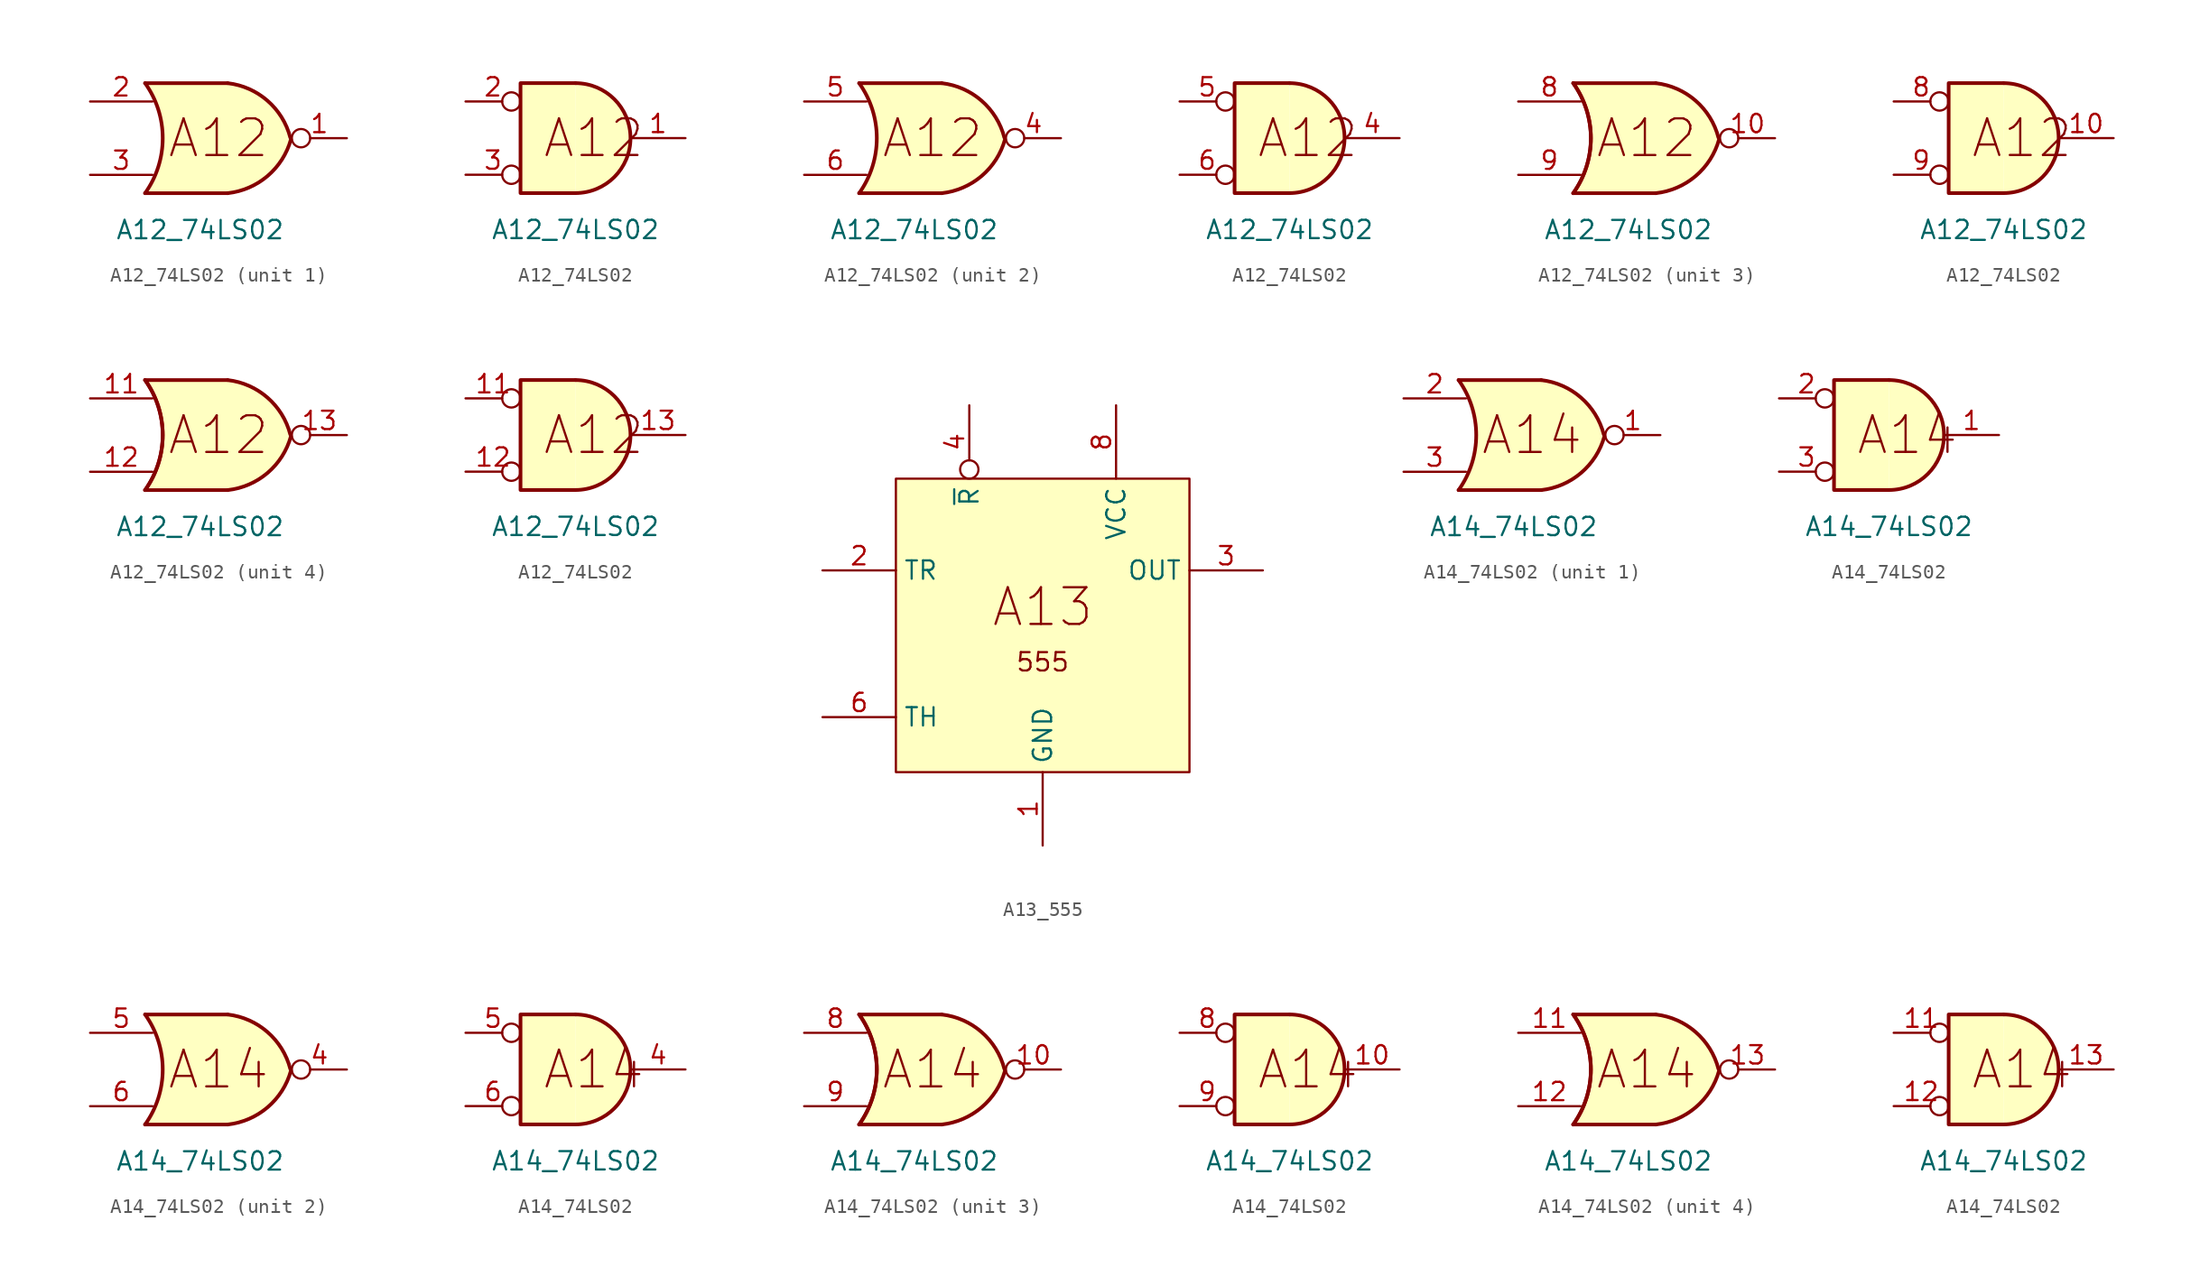
<source format=kicad_sym>
(kicad_symbol_lib
  (version 20211014)
  (generator kicad_symbol_editor)
  (symbol "A12_74LS02"
    (pin_names
      (offset 1.016))
    (property "Reference" "U"
      (at -25.4 19.05 0)
      (effects (font (size 1.27 1.27)) hide))
    (property "Value" "A12_74LS02"
      (at 0 -6.35 0)
      (effects (font (size 1.27 1.27))))
    (symbol "A12_74LS02_0_0"
      (text "A12" (at 1.27 0 0) (effects (font (size 2.54 2.54)))))
    (symbol "A12_74LS02_0_1"
      (arc (start -3.81 -3.81) (mid -2.589 0) (end -3.81 3.81) (stroke (width 0.254) (type default) (color 0 0 0 0)) (fill (type none)))
      (polyline (pts (xy -3.81 -3.81) (xy 1.905 -3.81)) (stroke (width 0.254) (type default) (color 0 0 0 0)) (fill (type background)))
      (polyline (pts (xy -3.81 3.81) (xy 1.905 3.81)) (stroke (width 0.254) (type default) (color 0 0 0 0)) (fill (type background)))
      (polyline (pts (xy 1.905 3.81) (xy -3.81 3.81) (xy -3.81 3.81) (xy -3.556 3.404) (xy -3.023 2.261) (xy -2.692 1.041) (xy -2.616 -0.254) (xy -2.769 -1.499) (xy -3.175 -2.718) (xy -3.81 -3.81) (xy -3.81 -3.81) (xy 1.905 -3.81)) (stroke (width -25.4) (type default) (color 0 0 0 0)) (fill (type background)))
      (arc (start 1.905 -3.81) (mid 4.6687 -2.6188) (end 6.2872 -0.0816) (stroke (width 0.254) (type default) (color 0 0 0 0)) (fill (type background)))
      (arc (start 6.2453 0.0329) (mid 4.6624 2.5963) (end 1.905 3.81) (stroke (width 0.254) (type default) (color 0 0 0 0)) (fill (type background))))
    (symbol "A12_74LS02_1_1"
      (pin output inverted (at 10.16 0 180) (length 3.81) (name "~" (effects (font (size 1.27 1.27)))) (number "1" (effects (font (size 1.27 1.27)))))
      (pin input line (at -7.62 2.54 0) (length 4.318) (name "~" (effects (font (size 1.27 1.27)))) (number "2" (effects (font (size 1.27 1.27)))))
      (pin input line (at -7.62 -2.54 0) (length 4.318) (name "~" (effects (font (size 1.27 1.27)))) (number "3" (effects (font (size 1.27 1.27))))))
    (symbol "A12_74LS02_1_2"
      (arc (start 0 -3.81) (mid 3.81 0) (end 0 3.81) (stroke (width 0.254) (type default) (color 0 0 0 0)) (fill (type background)))
      (polyline (pts (xy 0 3.81) (xy -3.81 3.81) (xy -3.81 -3.81) (xy 0 -3.81)) (stroke (width 0.254) (type default) (color 0 0 0 0)) (fill (type background)))
      (pin output line (at 7.62 0 180) (length 3.81) (name "~" (effects (font (size 1.27 1.27)))) (number "1" (effects (font (size 1.27 1.27)))))
      (pin input inverted (at -7.62 2.54 0) (length 3.81) (name "~" (effects (font (size 1.27 1.27)))) (number "2" (effects (font (size 1.27 1.27)))))
      (pin input inverted (at -7.62 -2.54 0) (length 3.81) (name "~" (effects (font (size 1.27 1.27)))) (number "3" (effects (font (size 1.27 1.27))))))
    (symbol "A12_74LS02_2_1"
      (pin output inverted (at 10.16 0 180) (length 3.81) (name "~" (effects (font (size 1.27 1.27)))) (number "4" (effects (font (size 1.27 1.27)))))
      (pin input line (at -7.62 2.54 0) (length 4.318) (name "~" (effects (font (size 1.27 1.27)))) (number "5" (effects (font (size 1.27 1.27)))))
      (pin input line (at -7.62 -2.54 0) (length 4.318) (name "~" (effects (font (size 1.27 1.27)))) (number "6" (effects (font (size 1.27 1.27))))))
    (symbol "A12_74LS02_2_2"
      (arc (start 0 -3.81) (mid 3.81 0) (end 0 3.81) (stroke (width 0.254) (type default) (color 0 0 0 0)) (fill (type background)))
      (polyline (pts (xy 0 3.81) (xy -3.81 3.81) (xy -3.81 -3.81) (xy 0 -3.81)) (stroke (width 0.254) (type default) (color 0 0 0 0)) (fill (type background)))
      (pin output line (at 7.62 0 180) (length 3.81) (name "~" (effects (font (size 1.27 1.27)))) (number "4" (effects (font (size 1.27 1.27)))))
      (pin input inverted (at -7.62 2.54 0) (length 3.81) (name "~" (effects (font (size 1.27 1.27)))) (number "5" (effects (font (size 1.27 1.27)))))
      (pin input inverted (at -7.62 -2.54 0) (length 3.81) (name "~" (effects (font (size 1.27 1.27)))) (number "6" (effects (font (size 1.27 1.27))))))
    (symbol "A12_74LS02_3_1"
      (arc (start -3.81 -3.81) (mid -2.589 0) (end -3.81 3.81) (stroke (width 0.254) (type default) (color 0 0 0 0)) (fill (type none)))
      (pin output inverted (at 10.16 0 180) (length 3.81) (name "~" (effects (font (size 1.27 1.27)))) (number "10" (effects (font (size 1.27 1.27)))))
      (pin input line (at -7.62 2.54 0) (length 4.318) (name "~" (effects (font (size 1.27 1.27)))) (number "8" (effects (font (size 1.27 1.27)))))
      (pin input line (at -7.62 -2.54 0) (length 4.318) (name "~" (effects (font (size 1.27 1.27)))) (number "9" (effects (font (size 1.27 1.27))))))
    (symbol "A12_74LS02_3_2"
      (arc (start 0 -3.81) (mid 3.81 0) (end 0 3.81) (stroke (width 0.254) (type default) (color 0 0 0 0)) (fill (type background)))
      (polyline (pts (xy 0 3.81) (xy -3.81 3.81) (xy -3.81 -3.81) (xy 0 -3.81)) (stroke (width 0.254) (type default) (color 0 0 0 0)) (fill (type background)))
      (pin output line (at 7.62 0 180) (length 3.81) (name "~" (effects (font (size 1.27 1.27)))) (number "10" (effects (font (size 1.27 1.27)))))
      (pin input inverted (at -7.62 2.54 0) (length 3.81) (name "~" (effects (font (size 1.27 1.27)))) (number "8" (effects (font (size 1.27 1.27)))))
      (pin input inverted (at -7.62 -2.54 0) (length 3.81) (name "~" (effects (font (size 1.27 1.27)))) (number "9" (effects (font (size 1.27 1.27))))))
    (symbol "A12_74LS02_4_1"
      (arc (start -3.81 -3.81) (mid -2.589 0) (end -3.81 3.81) (stroke (width 0.254) (type default) (color 0 0 0 0)) (fill (type none)))
      (polyline (pts (xy -0.635 3.81) (xy -3.81 3.81) (xy -3.81 3.81) (xy -3.556 3.404) (xy -3.023 2.261) (xy -2.692 1.041) (xy -2.616 -0.254) (xy -2.769 -1.499) (xy -3.175 -2.718) (xy -3.81 -3.81) (xy -3.81 -3.81) (xy -0.635 -3.81)) (stroke (width -25.4) (type default) (color 0 0 0 0)) (fill (type background)))
      (pin input line (at -7.62 2.54 0) (length 4.318) (name "~" (effects (font (size 1.27 1.27)))) (number "11" (effects (font (size 1.27 1.27)))))
      (pin input line (at -7.62 -2.54 0) (length 4.318) (name "~" (effects (font (size 1.27 1.27)))) (number "12" (effects (font (size 1.27 1.27)))))
      (pin output inverted (at 10.16 0 180) (length 3.81) (name "~" (effects (font (size 1.27 1.27)))) (number "13" (effects (font (size 1.27 1.27))))))
    (symbol "A12_74LS02_4_2"
      (arc (start 0 -3.81) (mid 3.81 0) (end 0 3.81) (stroke (width 0.254) (type default) (color 0 0 0 0)) (fill (type background)))
      (polyline (pts (xy 0 3.81) (xy -3.81 3.81) (xy -3.81 -3.81) (xy 0 -3.81)) (stroke (width 0.254) (type default) (color 0 0 0 0)) (fill (type background)))
      (pin input inverted (at -7.62 2.54 0) (length 3.81) (name "~" (effects (font (size 1.27 1.27)))) (number "11" (effects (font (size 1.27 1.27)))))
      (pin input inverted (at -7.62 -2.54 0) (length 3.81) (name "~" (effects (font (size 1.27 1.27)))) (number "12" (effects (font (size 1.27 1.27)))))
      (pin output line (at 7.62 0 180) (length 3.81) (name "~" (effects (font (size 1.27 1.27)))) (number "13" (effects (font (size 1.27 1.27)))))))
  (symbol "A13_555"
    (property "Reference" "U"
      (at -31.75 24.13 0)
      (effects (font (size 1.27 1.27)) (justify left) hide))
    (symbol "A13_555_0_0"
      (text "555" (at 10.16 -12.7 0) (effects (font (size 1.27 1.27))))
      (text "A13" (at 10.16 -8.89 0) (effects (font (size 2.54 2.54))))
      (pin power_in line (at 10.16 -25.4 90) (length 5.08) (name "GND" (effects (font (size 1.27 1.27)))) (number "1" (effects (font (size 1.27 1.27)))))
      (pin power_in line (at 15.24 5.08 270) (length 5.08) (name "VCC" (effects (font (size 1.27 1.27)))) (number "8" (effects (font (size 1.27 1.27))))))
    (symbol "A13_555_0_1"
      (rectangle (start 0 0) (end 20.32 -20.32) (stroke (width 0) (type default) (color 0 0 0 0)) (fill (type background))))
    (symbol "A13_555_1_1"
      (pin input line (at -5.08 -6.35 0) (length 5.08) (name "TR" (effects (font (size 1.27 1.27)))) (number "2" (effects (font (size 1.27 1.27)))))
      (pin output line (at 25.4 -6.35 180) (length 5.08) (name "OUT" (effects (font (size 1.27 1.27)))) (number "3" (effects (font (size 1.27 1.27)))))
      (pin input inverted (at 5.08 5.08 270) (length 5.08) (name "~{R}" (effects (font (size 1.27 1.27)))) (number "4" (effects (font (size 1.27 1.27)))))
      (pin input line (at -5.08 -16.51 0) (length 5.08) (name "TH" (effects (font (size 1.27 1.27)))) (number "6" (effects (font (size 1.27 1.27)))))))
  (symbol "A14_74LS02"
    (pin_names
      (offset 1.016))
    (property "Reference" "U"
      (at -25.4 19.05 0)
      (effects (font (size 1.27 1.27)) hide))
    (property "Value" "A14_74LS02"
      (at 0 -6.35 0)
      (effects (font (size 1.27 1.27))))
    (symbol "A14_74LS02_0_0"
      (text "A14" (at 1.27 0 0) (effects (font (size 2.54 2.54)))))
    (symbol "A14_74LS02_0_1"
      (arc (start -3.81 -3.81) (mid -2.589 0) (end -3.81 3.81) (stroke (width 0.254) (type default) (color 0 0 0 0)) (fill (type none)))
      (polyline (pts (xy -3.81 -3.81) (xy 1.905 -3.81)) (stroke (width 0.254) (type default) (color 0 0 0 0)) (fill (type background)))
      (polyline (pts (xy -3.81 3.81) (xy 1.905 3.81)) (stroke (width 0.254) (type default) (color 0 0 0 0)) (fill (type background)))
      (polyline (pts (xy 1.905 3.81) (xy -3.81 3.81) (xy -3.81 3.81) (xy -3.556 3.404) (xy -3.023 2.261) (xy -2.692 1.041) (xy -2.616 -0.254) (xy -2.769 -1.499) (xy -3.175 -2.718) (xy -3.81 -3.81) (xy -3.81 -3.81) (xy 1.905 -3.81)) (stroke (width -25.4) (type default) (color 0 0 0 0)) (fill (type background)))
      (arc (start 1.905 -3.81) (mid 4.6687 -2.6188) (end 6.2872 -0.0816) (stroke (width 0.254) (type default) (color 0 0 0 0)) (fill (type background)))
      (arc (start 6.2453 0.0329) (mid 4.6624 2.5963) (end 1.905 3.81) (stroke (width 0.254) (type default) (color 0 0 0 0)) (fill (type background))))
    (symbol "A14_74LS02_1_1"
      (pin output inverted (at 10.16 0 180) (length 3.81) (name "~" (effects (font (size 1.27 1.27)))) (number "1" (effects (font (size 1.27 1.27)))))
      (pin input line (at -7.62 2.54 0) (length 4.318) (name "~" (effects (font (size 1.27 1.27)))) (number "2" (effects (font (size 1.27 1.27)))))
      (pin input line (at -7.62 -2.54 0) (length 4.318) (name "~" (effects (font (size 1.27 1.27)))) (number "3" (effects (font (size 1.27 1.27))))))
    (symbol "A14_74LS02_1_2"
      (arc (start 0 -3.81) (mid 3.81 0) (end 0 3.81) (stroke (width 0.254) (type default) (color 0 0 0 0)) (fill (type background)))
      (polyline (pts (xy 0 3.81) (xy -3.81 3.81) (xy -3.81 -3.81) (xy 0 -3.81)) (stroke (width 0.254) (type default) (color 0 0 0 0)) (fill (type background)))
      (pin output line (at 7.62 0 180) (length 3.81) (name "~" (effects (font (size 1.27 1.27)))) (number "1" (effects (font (size 1.27 1.27)))))
      (pin input inverted (at -7.62 2.54 0) (length 3.81) (name "~" (effects (font (size 1.27 1.27)))) (number "2" (effects (font (size 1.27 1.27)))))
      (pin input inverted (at -7.62 -2.54 0) (length 3.81) (name "~" (effects (font (size 1.27 1.27)))) (number "3" (effects (font (size 1.27 1.27))))))
    (symbol "A14_74LS02_2_1"
      (pin output inverted (at 10.16 0 180) (length 3.81) (name "~" (effects (font (size 1.27 1.27)))) (number "4" (effects (font (size 1.27 1.27)))))
      (pin input line (at -7.62 2.54 0) (length 4.318) (name "~" (effects (font (size 1.27 1.27)))) (number "5" (effects (font (size 1.27 1.27)))))
      (pin input line (at -7.62 -2.54 0) (length 4.318) (name "~" (effects (font (size 1.27 1.27)))) (number "6" (effects (font (size 1.27 1.27))))))
    (symbol "A14_74LS02_2_2"
      (arc (start 0 -3.81) (mid 3.81 0) (end 0 3.81) (stroke (width 0.254) (type default) (color 0 0 0 0)) (fill (type background)))
      (polyline (pts (xy 0 3.81) (xy -3.81 3.81) (xy -3.81 -3.81) (xy 0 -3.81)) (stroke (width 0.254) (type default) (color 0 0 0 0)) (fill (type background)))
      (pin output line (at 7.62 0 180) (length 3.81) (name "~" (effects (font (size 1.27 1.27)))) (number "4" (effects (font (size 1.27 1.27)))))
      (pin input inverted (at -7.62 2.54 0) (length 3.81) (name "~" (effects (font (size 1.27 1.27)))) (number "5" (effects (font (size 1.27 1.27)))))
      (pin input inverted (at -7.62 -2.54 0) (length 3.81) (name "~" (effects (font (size 1.27 1.27)))) (number "6" (effects (font (size 1.27 1.27))))))
    (symbol "A14_74LS02_3_1"
      (arc (start -3.81 -3.81) (mid -2.589 0) (end -3.81 3.81) (stroke (width 0.254) (type default) (color 0 0 0 0)) (fill (type none)))
      (pin output inverted (at 10.16 0 180) (length 3.81) (name "~" (effects (font (size 1.27 1.27)))) (number "10" (effects (font (size 1.27 1.27)))))
      (pin input line (at -7.62 2.54 0) (length 4.318) (name "~" (effects (font (size 1.27 1.27)))) (number "8" (effects (font (size 1.27 1.27)))))
      (pin input line (at -7.62 -2.54 0) (length 4.318) (name "~" (effects (font (size 1.27 1.27)))) (number "9" (effects (font (size 1.27 1.27))))))
    (symbol "A14_74LS02_3_2"
      (arc (start 0 -3.81) (mid 3.81 0) (end 0 3.81) (stroke (width 0.254) (type default) (color 0 0 0 0)) (fill (type background)))
      (polyline (pts (xy 0 3.81) (xy -3.81 3.81) (xy -3.81 -3.81) (xy 0 -3.81)) (stroke (width 0.254) (type default) (color 0 0 0 0)) (fill (type background)))
      (pin output line (at 7.62 0 180) (length 3.81) (name "~" (effects (font (size 1.27 1.27)))) (number "10" (effects (font (size 1.27 1.27)))))
      (pin input inverted (at -7.62 2.54 0) (length 3.81) (name "~" (effects (font (size 1.27 1.27)))) (number "8" (effects (font (size 1.27 1.27)))))
      (pin input inverted (at -7.62 -2.54 0) (length 3.81) (name "~" (effects (font (size 1.27 1.27)))) (number "9" (effects (font (size 1.27 1.27))))))
    (symbol "A14_74LS02_4_1"
      (arc (start -3.81 -3.81) (mid -2.589 0) (end -3.81 3.81) (stroke (width 0.254) (type default) (color 0 0 0 0)) (fill (type none)))
      (polyline (pts (xy -0.635 3.81) (xy -3.81 3.81) (xy -3.81 3.81) (xy -3.556 3.404) (xy -3.023 2.261) (xy -2.692 1.041) (xy -2.616 -0.254) (xy -2.769 -1.499) (xy -3.175 -2.718) (xy -3.81 -3.81) (xy -3.81 -3.81) (xy -0.635 -3.81)) (stroke (width -25.4) (type default) (color 0 0 0 0)) (fill (type background)))
      (pin input line (at -7.62 2.54 0) (length 4.318) (name "~" (effects (font (size 1.27 1.27)))) (number "11" (effects (font (size 1.27 1.27)))))
      (pin input line (at -7.62 -2.54 0) (length 4.318) (name "~" (effects (font (size 1.27 1.27)))) (number "12" (effects (font (size 1.27 1.27)))))
      (pin output inverted (at 10.16 0 180) (length 3.81) (name "~" (effects (font (size 1.27 1.27)))) (number "13" (effects (font (size 1.27 1.27))))))
    (symbol "A14_74LS02_4_2"
      (arc (start 0 -3.81) (mid 3.81 0) (end 0 3.81) (stroke (width 0.254) (type default) (color 0 0 0 0)) (fill (type background)))
      (polyline (pts (xy 0 3.81) (xy -3.81 3.81) (xy -3.81 -3.81) (xy 0 -3.81)) (stroke (width 0.254) (type default) (color 0 0 0 0)) (fill (type background)))
      (pin input inverted (at -7.62 2.54 0) (length 3.81) (name "~" (effects (font (size 1.27 1.27)))) (number "11" (effects (font (size 1.27 1.27)))))
      (pin input inverted (at -7.62 -2.54 0) (length 3.81) (name "~" (effects (font (size 1.27 1.27)))) (number "12" (effects (font (size 1.27 1.27)))))
      (pin output line (at 7.62 0 180) (length 3.81) (name "~" (effects (font (size 1.27 1.27)))) (number "13" (effects (font (size 1.27 1.27))))))))
</source>
